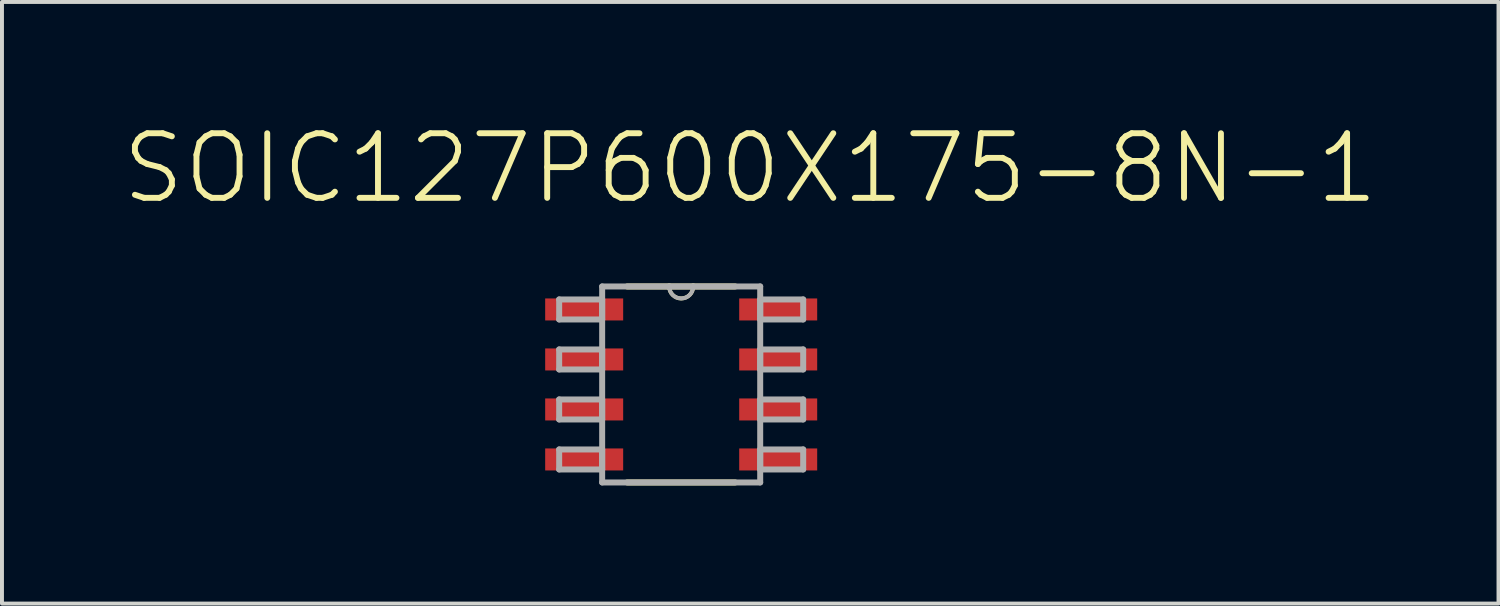
<source format=kicad_pcb>
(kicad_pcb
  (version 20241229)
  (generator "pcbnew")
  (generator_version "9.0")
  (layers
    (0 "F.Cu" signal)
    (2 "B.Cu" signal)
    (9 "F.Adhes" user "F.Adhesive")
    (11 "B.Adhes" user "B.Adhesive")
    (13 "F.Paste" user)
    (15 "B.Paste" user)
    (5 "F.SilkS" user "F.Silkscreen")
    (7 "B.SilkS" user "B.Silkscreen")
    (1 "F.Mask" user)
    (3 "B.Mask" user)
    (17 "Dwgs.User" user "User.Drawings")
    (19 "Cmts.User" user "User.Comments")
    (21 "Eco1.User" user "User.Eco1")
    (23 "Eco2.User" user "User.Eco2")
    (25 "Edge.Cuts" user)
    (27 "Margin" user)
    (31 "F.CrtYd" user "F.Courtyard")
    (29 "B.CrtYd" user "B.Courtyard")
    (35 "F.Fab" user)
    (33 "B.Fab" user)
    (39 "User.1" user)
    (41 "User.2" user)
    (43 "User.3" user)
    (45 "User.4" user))
  (footprint "SOIC127P600X175-8N-1"
    (layer "F.Cu")
    (at 14.252 6.715)
    (property "Reference" "SOIC127P600X175-8N-1" (at 1.754 -5.491 0) (layer "F.SilkS") (effects (font (size 1.641 1.641) (thickness 0.15))))
    (attr smd)
    (fp_line (start -1.372 2.489) (end 1.372 2.489) (stroke (width 0.152) (type solid)) (layer "F.SilkS"))
    (fp_line (start -0.305 -2.489) (end -1.372 -2.489) (stroke (width 0.152) (type solid)) (layer "F.SilkS"))
    (fp_line (start 0.305 -2.489) (end -0.305 -2.489) (stroke (width 0.152) (type solid)) (layer "F.SilkS"))
    (fp_line (start 1.372 -2.489) (end 0.305 -2.489) (stroke (width 0.152) (type solid)) (layer "F.SilkS"))
    (fp_arc (start 0.3048 -2.4892) (mid 0 -2.1844) (end -0.3048 -2.4892) (stroke (width 0.1) (type solid)) (layer "F.SilkS"))
    (fp_line (start -3.099 -2.159) (end -3.099 -1.651) (stroke (width 0.152) (type solid)) (layer "F.Fab"))
    (fp_line (start -3.099 -1.651) (end -2.007 -1.651) (stroke (width 0.152) (type solid)) (layer "F.Fab"))
    (fp_line (start -3.099 -0.889) (end -3.099 -0.381) (stroke (width 0.152) (type solid)) (layer "F.Fab"))
    (fp_line (start -3.099 -0.381) (end -2.007 -0.381) (stroke (width 0.152) (type solid)) (layer "F.Fab"))
    (fp_line (start -3.099 0.381) (end -3.099 0.889) (stroke (width 0.152) (type solid)) (layer "F.Fab"))
    (fp_line (start -3.099 0.889) (end -2.007 0.889) (stroke (width 0.152) (type solid)) (layer "F.Fab"))
    (fp_line (start -3.099 1.651) (end -3.099 2.159) (stroke (width 0.152) (type solid)) (layer "F.Fab"))
    (fp_line (start -3.099 2.159) (end -2.007 2.159) (stroke (width 0.152) (type solid)) (layer "F.Fab"))
    (fp_line (start -2.007 -2.489) (end -2.007 2.489) (stroke (width 0.152) (type solid)) (layer "F.Fab"))
    (fp_line (start -2.007 -2.159) (end -3.099 -2.159) (stroke (width 0.152) (type solid)) (layer "F.Fab"))
    (fp_line (start -2.007 -1.651) (end -2.007 -2.159) (stroke (width 0.152) (type solid)) (layer "F.Fab"))
    (fp_line (start -2.007 -0.889) (end -3.099 -0.889) (stroke (width 0.152) (type solid)) (layer "F.Fab"))
    (fp_line (start -2.007 -0.381) (end -2.007 -0.889) (stroke (width 0.152) (type solid)) (layer "F.Fab"))
    (fp_line (start -2.007 0.381) (end -3.099 0.381) (stroke (width 0.152) (type solid)) (layer "F.Fab"))
    (fp_line (start -2.007 0.889) (end -2.007 0.381) (stroke (width 0.152) (type solid)) (layer "F.Fab"))
    (fp_line (start -2.007 1.651) (end -3.099 1.651) (stroke (width 0.152) (type solid)) (layer "F.Fab"))
    (fp_line (start -2.007 2.159) (end -2.007 1.651) (stroke (width 0.152) (type solid)) (layer "F.Fab"))
    (fp_line (start -2.007 2.489) (end 2.007 2.489) (stroke (width 0.152) (type solid)) (layer "F.Fab"))
    (fp_line (start -0.305 -2.489) (end -2.007 -2.489) (stroke (width 0.152) (type solid)) (layer "F.Fab"))
    (fp_line (start 0.305 -2.489) (end -0.305 -2.489) (stroke (width 0.152) (type solid)) (layer "F.Fab"))
    (fp_line (start 2.007 -2.489) (end 0.305 -2.489) (stroke (width 0.152) (type solid)) (layer "F.Fab"))
    (fp_line (start 2.007 -2.159) (end 2.007 -1.651) (stroke (width 0.152) (type solid)) (layer "F.Fab"))
    (fp_line (start 2.007 -1.651) (end 3.099 -1.651) (stroke (width 0.152) (type solid)) (layer "F.Fab"))
    (fp_line (start 2.007 -0.889) (end 2.007 -0.381) (stroke (width 0.152) (type solid)) (layer "F.Fab"))
    (fp_line (start 2.007 -0.381) (end 3.099 -0.381) (stroke (width 0.152) (type solid)) (layer "F.Fab"))
    (fp_line (start 2.007 0.381) (end 2.007 0.889) (stroke (width 0.152) (type solid)) (layer "F.Fab"))
    (fp_line (start 2.007 0.889) (end 3.099 0.889) (stroke (width 0.152) (type solid)) (layer "F.Fab"))
    (fp_line (start 2.007 1.651) (end 2.007 2.159) (stroke (width 0.152) (type solid)) (layer "F.Fab"))
    (fp_line (start 2.007 2.159) (end 3.099 2.159) (stroke (width 0.152) (type solid)) (layer "F.Fab"))
    (fp_line (start 2.007 2.489) (end 2.007 -2.489) (stroke (width 0.152) (type solid)) (layer "F.Fab"))
    (fp_line (start 3.099 -2.159) (end 2.007 -2.159) (stroke (width 0.152) (type solid)) (layer "F.Fab"))
    (fp_line (start 3.099 -1.651) (end 3.099 -2.159) (stroke (width 0.152) (type solid)) (layer "F.Fab"))
    (fp_line (start 3.099 -0.889) (end 2.007 -0.889) (stroke (width 0.152) (type solid)) (layer "F.Fab"))
    (fp_line (start 3.099 -0.381) (end 3.099 -0.889) (stroke (width 0.152) (type solid)) (layer "F.Fab"))
    (fp_line (start 3.099 0.381) (end 2.007 0.381) (stroke (width 0.152) (type solid)) (layer "F.Fab"))
    (fp_line (start 3.099 0.889) (end 3.099 0.381) (stroke (width 0.152) (type solid)) (layer "F.Fab"))
    (fp_line (start 3.099 1.651) (end 2.007 1.651) (stroke (width 0.152) (type solid)) (layer "F.Fab"))
    (fp_line (start 3.099 2.159) (end 3.099 1.651) (stroke (width 0.152) (type solid)) (layer "F.Fab"))
    (fp_arc (start 0.3048 -2.4892) (mid 0 -2.1844) (end -0.3048 -2.4892) (stroke (width 0.1) (type solid)) (layer "F.Fab"))
    (pad "1" smd rect (at -2.464 -1.905) (size 1.981 0.559) (layers "F.Cu" "F.Mask" "F.Paste"))
    (pad "2" smd rect (at -2.464 -0.635) (size 1.981 0.559) (layers "F.Cu" "F.Mask" "F.Paste"))
    (pad "3" smd rect (at -2.464 0.635) (size 1.981 0.559) (layers "F.Cu" "F.Mask" "F.Paste"))
    (pad "4" smd rect (at -2.464 1.905) (size 1.981 0.559) (layers "F.Cu" "F.Mask" "F.Paste"))
    (pad "5" smd rect (at 2.464 1.905) (size 1.981 0.559) (layers "F.Cu" "F.Mask" "F.Paste"))
    (pad "6" smd rect (at 2.464 0.635) (size 1.981 0.559) (layers "F.Cu" "F.Mask" "F.Paste"))
    (pad "7" smd rect (at 2.464 -0.635) (size 1.981 0.559) (layers "F.Cu" "F.Mask" "F.Paste"))
    (pad "8" smd rect (at 2.464 -1.905) (size 1.981 0.559) (layers "F.Cu" "F.Mask" "F.Paste")))
  (gr_rect
    (start -3 -3)
    (end 35.012 12.28)
    (stroke (width 0.1) (type default))
    (fill no)
    (layer "Edge.Cuts")))
</source>
